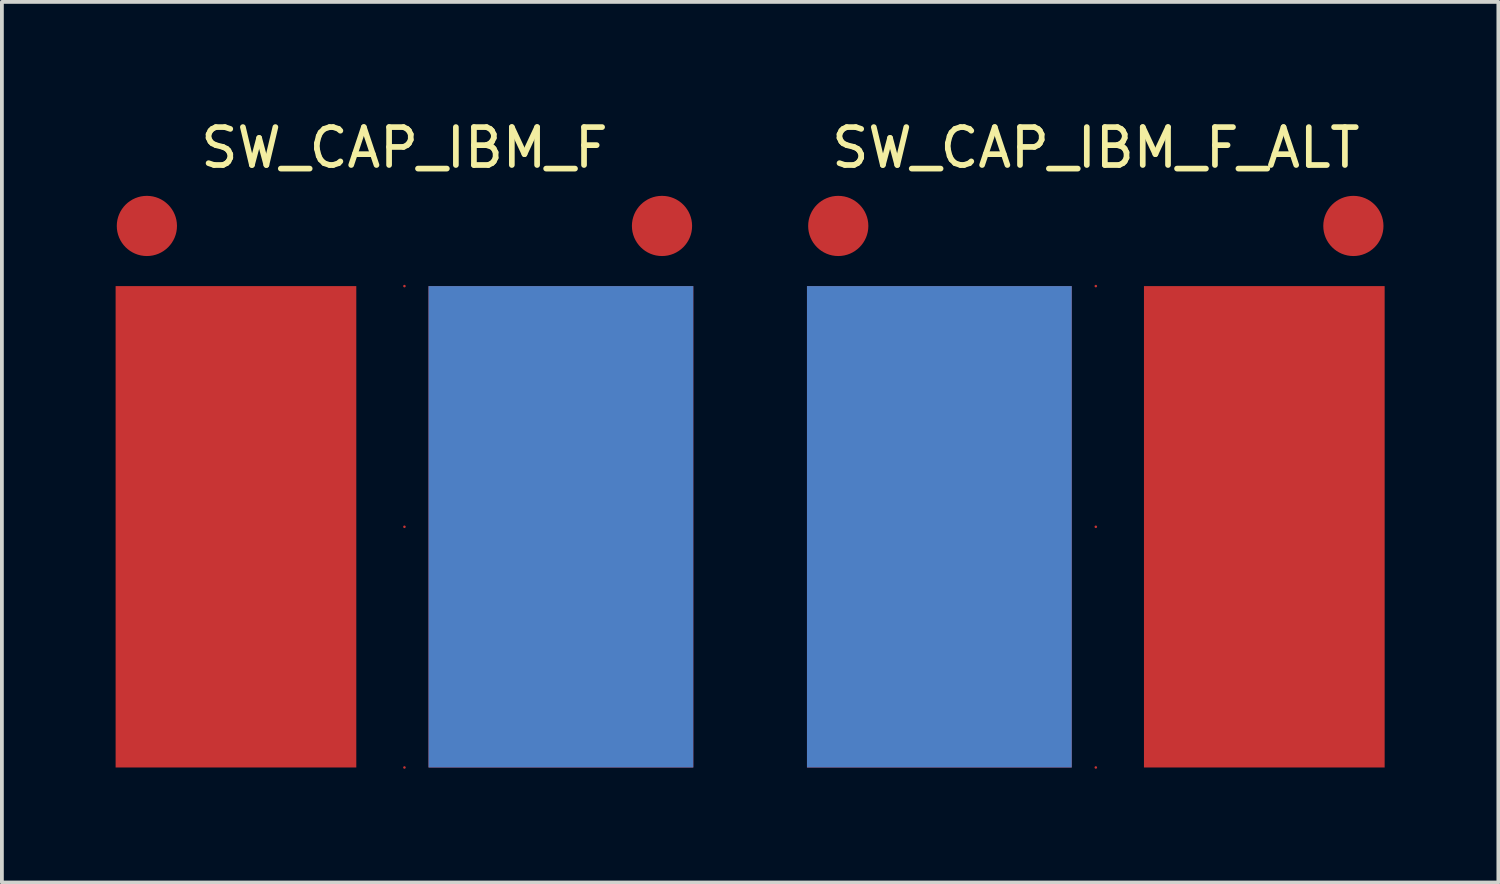
<source format=kicad_pcb>
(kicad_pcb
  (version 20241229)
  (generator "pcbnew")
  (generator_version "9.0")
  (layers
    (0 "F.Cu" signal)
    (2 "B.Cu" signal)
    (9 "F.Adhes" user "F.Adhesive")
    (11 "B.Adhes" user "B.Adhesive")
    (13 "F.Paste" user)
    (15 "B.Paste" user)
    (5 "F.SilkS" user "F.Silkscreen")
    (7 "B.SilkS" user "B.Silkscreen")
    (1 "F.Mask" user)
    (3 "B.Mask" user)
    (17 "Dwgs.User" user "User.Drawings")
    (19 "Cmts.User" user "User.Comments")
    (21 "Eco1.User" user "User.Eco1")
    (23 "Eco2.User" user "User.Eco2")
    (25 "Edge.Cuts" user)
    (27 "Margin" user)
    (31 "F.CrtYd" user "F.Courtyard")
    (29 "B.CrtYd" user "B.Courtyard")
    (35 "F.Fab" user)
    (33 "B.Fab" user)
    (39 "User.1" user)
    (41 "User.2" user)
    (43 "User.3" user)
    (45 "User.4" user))
  (footprint "SW_CAP_IBM_F"
    (layer "F.Cu")
    (at 7.62 10.848)
    (property "Reference" "SW_CAP_IBM_F" (at 0 -10 0) (layer "F.SilkS") (effects (font (size 1 1) (thickness 0.15))))
    (attr through_hole)
    (pad "A" smd circle (at -6.795 -7.937) (size 1.588 1.588) (layers "F.Cu"))
    (pad "B" smd circle (at 6.795 -7.937) (size 1.588 1.588) (layers "F.Cu"))
    (pad "C" smd circle (at 0 -6.35) (size 0.067 0.067) (layers "F.Cu"))
    (pad "COL" smd rect (at 4.128 0) (size 6.985 12.7) (layers "B.Cu"))
    (pad "D" smd circle (at 0 0) (size 0.067 0.067) (layers "F.Cu"))
    (pad "E" smd circle (at 0 6.35) (size 0.067 0.067) (layers "F.Cu"))
    (pad "REF" smd rect (at 4.128 0) (size 6.985 12.7) (layers "F.Cu"))
    (pad "ROW" smd rect (at -4.445 0) (size 6.35 12.7) (layers "F.Cu")))
  (footprint "SW_CAP_IBM_F_ALT"
    (layer "F.Cu")
    (at 25.86 10.848)
    (property "Reference" "SW_CAP_IBM_F_ALT" (at 0 -10 0) (layer "F.SilkS") (effects (font (size 1 1) (thickness 0.15))))
    (attr through_hole)
    (pad "A" smd circle (at 6.795 -7.937) (size 1.588 1.588) (layers "F.Cu"))
    (pad "B" smd circle (at -6.795 -7.937) (size 1.588 1.588) (layers "F.Cu"))
    (pad "C" smd circle (at 0 -6.35) (size 0.067 0.067) (layers "F.Cu"))
    (pad "COL" smd rect (at -4.128 0) (size 6.985 12.7) (layers "B.Cu"))
    (pad "D" smd circle (at 0 0) (size 0.067 0.067) (layers "F.Cu"))
    (pad "E" smd circle (at 0 6.35) (size 0.067 0.067) (layers "F.Cu"))
    (pad "REF" smd rect (at -4.128 0) (size 6.985 12.7) (layers "F.Cu"))
    (pad "ROW" smd rect (at 4.445 0) (size 6.35 12.7) (layers "F.Cu")))
  (gr_rect
    (start -3 -3)
    (end 36.48 20.232)
    (stroke (width 0.1) (type default))
    (fill no)
    (layer "Edge.Cuts")))
</source>
